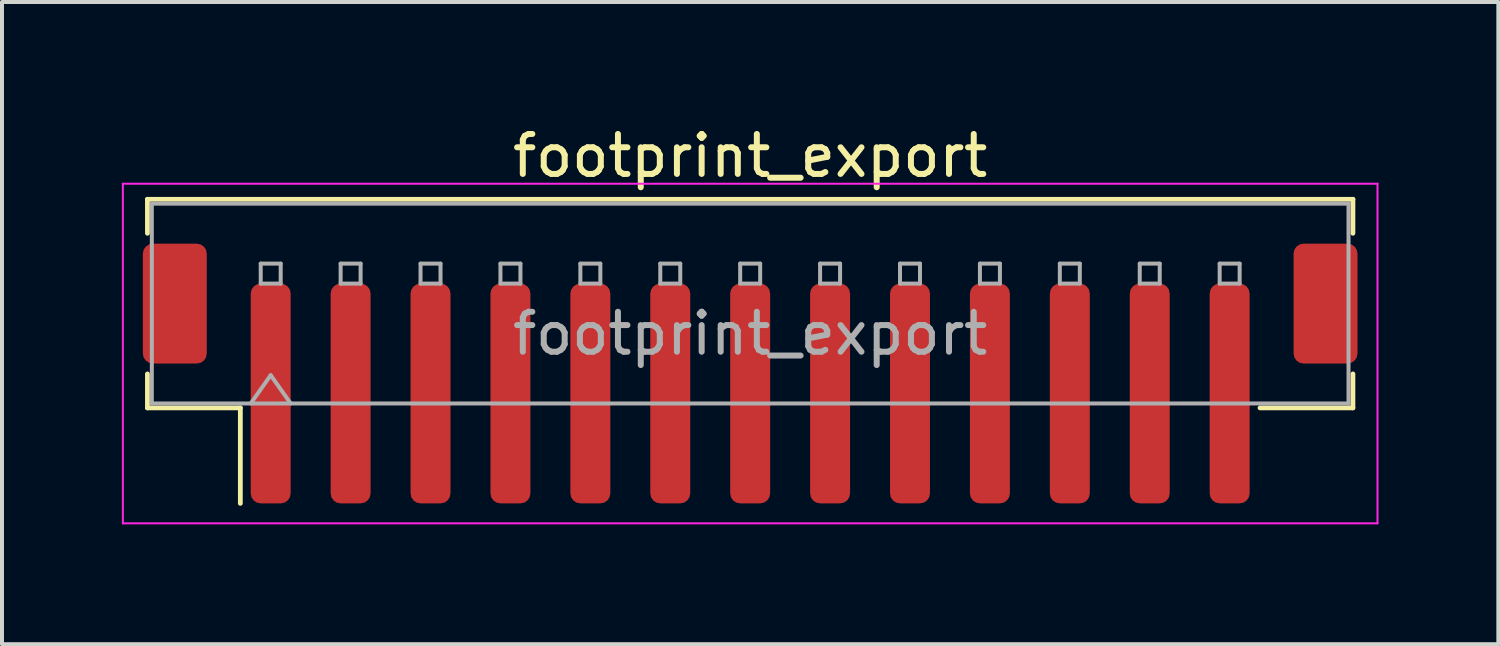
<source format=kicad_pcb>
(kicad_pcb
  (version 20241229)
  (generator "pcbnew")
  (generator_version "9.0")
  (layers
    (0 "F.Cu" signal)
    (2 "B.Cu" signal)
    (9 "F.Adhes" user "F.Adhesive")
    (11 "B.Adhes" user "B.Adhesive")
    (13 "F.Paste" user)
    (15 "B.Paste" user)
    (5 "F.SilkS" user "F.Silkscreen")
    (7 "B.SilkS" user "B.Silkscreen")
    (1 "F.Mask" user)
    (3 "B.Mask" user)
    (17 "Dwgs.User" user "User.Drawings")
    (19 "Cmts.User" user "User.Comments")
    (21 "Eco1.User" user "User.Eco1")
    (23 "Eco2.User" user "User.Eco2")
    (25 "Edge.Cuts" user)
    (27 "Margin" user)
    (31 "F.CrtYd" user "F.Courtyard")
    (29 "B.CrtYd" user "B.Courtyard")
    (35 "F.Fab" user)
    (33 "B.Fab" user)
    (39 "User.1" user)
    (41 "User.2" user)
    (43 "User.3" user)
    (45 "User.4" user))
  (footprint "footprint_export"
    (layer "F.Cu")
    (at 15.725 6.298)
    (property "Reference" "footprint_export" (at 0 -5.45 0) (layer "F.SilkS") (effects (font (size 1 1) (thickness 0.15))))
    (attr smd)
    (fp_line (start -15.085 -4.36) (end 15.085 -4.36) (stroke (width 0.12) (type solid)) (layer "F.SilkS"))
    (fp_line (start -15.085 -3.51) (end -15.085 -4.36) (stroke (width 0.12) (type solid)) (layer "F.SilkS"))
    (fp_line (start -15.085 0.01) (end -15.085 0.86) (stroke (width 0.12) (type solid)) (layer "F.SilkS"))
    (fp_line (start -15.085 0.86) (end -12.76 0.86) (stroke (width 0.12) (type solid)) (layer "F.SilkS"))
    (fp_line (start -12.76 0.86) (end -12.76 3.25) (stroke (width 0.12) (type solid)) (layer "F.SilkS"))
    (fp_line (start 15.085 -4.36) (end 15.085 -3.51) (stroke (width 0.12) (type solid)) (layer "F.SilkS"))
    (fp_line (start 15.085 0.01) (end 15.085 0.86) (stroke (width 0.12) (type solid)) (layer "F.SilkS"))
    (fp_line (start 15.085 0.86) (end 12.76 0.86) (stroke (width 0.12) (type solid)) (layer "F.SilkS"))
    (fp_line (start -15.7 -4.75) (end -15.7 3.75) (stroke (width 0.05) (type solid)) (layer "F.CrtYd"))
    (fp_line (start -15.7 3.75) (end 15.7 3.75) (stroke (width 0.05) (type solid)) (layer "F.CrtYd"))
    (fp_line (start 15.7 -4.75) (end -15.7 -4.75) (stroke (width 0.05) (type solid)) (layer "F.CrtYd"))
    (fp_line (start 15.7 3.75) (end 15.7 -4.75) (stroke (width 0.05) (type solid)) (layer "F.CrtYd"))
    (fp_line (start -14.975 -4.25) (end 14.975 -4.25) (stroke (width 0.1) (type solid)) (layer "F.Fab"))
    (fp_line (start -14.975 0.75) (end -14.975 -4.25) (stroke (width 0.1) (type solid)) (layer "F.Fab"))
    (fp_line (start -14.975 0.75) (end 14.975 0.75) (stroke (width 0.1) (type solid)) (layer "F.Fab"))
    (fp_line (start -12.5 0.75) (end -12 0.043) (stroke (width 0.1) (type solid)) (layer "F.Fab"))
    (fp_line (start -12.25 -2.75) (end -12.25 -2.25) (stroke (width 0.1) (type solid)) (layer "F.Fab"))
    (fp_line (start -12.25 -2.25) (end -11.75 -2.25) (stroke (width 0.1) (type solid)) (layer "F.Fab"))
    (fp_line (start -12 0.043) (end -11.5 0.75) (stroke (width 0.1) (type solid)) (layer "F.Fab"))
    (fp_line (start -11.75 -2.75) (end -12.25 -2.75) (stroke (width 0.1) (type solid)) (layer "F.Fab"))
    (fp_line (start -11.75 -2.25) (end -11.75 -2.75) (stroke (width 0.1) (type solid)) (layer "F.Fab"))
    (fp_line (start -10.25 -2.75) (end -10.25 -2.25) (stroke (width 0.1) (type solid)) (layer "F.Fab"))
    (fp_line (start -10.25 -2.25) (end -9.75 -2.25) (stroke (width 0.1) (type solid)) (layer "F.Fab"))
    (fp_line (start -9.75 -2.75) (end -10.25 -2.75) (stroke (width 0.1) (type solid)) (layer "F.Fab"))
    (fp_line (start -9.75 -2.25) (end -9.75 -2.75) (stroke (width 0.1) (type solid)) (layer "F.Fab"))
    (fp_line (start -8.25 -2.75) (end -8.25 -2.25) (stroke (width 0.1) (type solid)) (layer "F.Fab"))
    (fp_line (start -8.25 -2.25) (end -7.75 -2.25) (stroke (width 0.1) (type solid)) (layer "F.Fab"))
    (fp_line (start -7.75 -2.75) (end -8.25 -2.75) (stroke (width 0.1) (type solid)) (layer "F.Fab"))
    (fp_line (start -7.75 -2.25) (end -7.75 -2.75) (stroke (width 0.1) (type solid)) (layer "F.Fab"))
    (fp_line (start -6.25 -2.75) (end -6.25 -2.25) (stroke (width 0.1) (type solid)) (layer "F.Fab"))
    (fp_line (start -6.25 -2.25) (end -5.75 -2.25) (stroke (width 0.1) (type solid)) (layer "F.Fab"))
    (fp_line (start -5.75 -2.75) (end -6.25 -2.75) (stroke (width 0.1) (type solid)) (layer "F.Fab"))
    (fp_line (start -5.75 -2.25) (end -5.75 -2.75) (stroke (width 0.1) (type solid)) (layer "F.Fab"))
    (fp_line (start -4.25 -2.75) (end -4.25 -2.25) (stroke (width 0.1) (type solid)) (layer "F.Fab"))
    (fp_line (start -4.25 -2.25) (end -3.75 -2.25) (stroke (width 0.1) (type solid)) (layer "F.Fab"))
    (fp_line (start -3.75 -2.75) (end -4.25 -2.75) (stroke (width 0.1) (type solid)) (layer "F.Fab"))
    (fp_line (start -3.75 -2.25) (end -3.75 -2.75) (stroke (width 0.1) (type solid)) (layer "F.Fab"))
    (fp_line (start -2.25 -2.75) (end -2.25 -2.25) (stroke (width 0.1) (type solid)) (layer "F.Fab"))
    (fp_line (start -2.25 -2.25) (end -1.75 -2.25) (stroke (width 0.1) (type solid)) (layer "F.Fab"))
    (fp_line (start -1.75 -2.75) (end -2.25 -2.75) (stroke (width 0.1) (type solid)) (layer "F.Fab"))
    (fp_line (start -1.75 -2.25) (end -1.75 -2.75) (stroke (width 0.1) (type solid)) (layer "F.Fab"))
    (fp_line (start -0.25 -2.75) (end -0.25 -2.25) (stroke (width 0.1) (type solid)) (layer "F.Fab"))
    (fp_line (start -0.25 -2.25) (end 0.25 -2.25) (stroke (width 0.1) (type solid)) (layer "F.Fab"))
    (fp_line (start 0.25 -2.75) (end -0.25 -2.75) (stroke (width 0.1) (type solid)) (layer "F.Fab"))
    (fp_line (start 0.25 -2.25) (end 0.25 -2.75) (stroke (width 0.1) (type solid)) (layer "F.Fab"))
    (fp_line (start 1.75 -2.75) (end 1.75 -2.25) (stroke (width 0.1) (type solid)) (layer "F.Fab"))
    (fp_line (start 1.75 -2.25) (end 2.25 -2.25) (stroke (width 0.1) (type solid)) (layer "F.Fab"))
    (fp_line (start 2.25 -2.75) (end 1.75 -2.75) (stroke (width 0.1) (type solid)) (layer "F.Fab"))
    (fp_line (start 2.25 -2.25) (end 2.25 -2.75) (stroke (width 0.1) (type solid)) (layer "F.Fab"))
    (fp_line (start 3.75 -2.75) (end 3.75 -2.25) (stroke (width 0.1) (type solid)) (layer "F.Fab"))
    (fp_line (start 3.75 -2.25) (end 4.25 -2.25) (stroke (width 0.1) (type solid)) (layer "F.Fab"))
    (fp_line (start 4.25 -2.75) (end 3.75 -2.75) (stroke (width 0.1) (type solid)) (layer "F.Fab"))
    (fp_line (start 4.25 -2.25) (end 4.25 -2.75) (stroke (width 0.1) (type solid)) (layer "F.Fab"))
    (fp_line (start 5.75 -2.75) (end 5.75 -2.25) (stroke (width 0.1) (type solid)) (layer "F.Fab"))
    (fp_line (start 5.75 -2.25) (end 6.25 -2.25) (stroke (width 0.1) (type solid)) (layer "F.Fab"))
    (fp_line (start 6.25 -2.75) (end 5.75 -2.75) (stroke (width 0.1) (type solid)) (layer "F.Fab"))
    (fp_line (start 6.25 -2.25) (end 6.25 -2.75) (stroke (width 0.1) (type solid)) (layer "F.Fab"))
    (fp_line (start 7.75 -2.75) (end 7.75 -2.25) (stroke (width 0.1) (type solid)) (layer "F.Fab"))
    (fp_line (start 7.75 -2.25) (end 8.25 -2.25) (stroke (width 0.1) (type solid)) (layer "F.Fab"))
    (fp_line (start 8.25 -2.75) (end 7.75 -2.75) (stroke (width 0.1) (type solid)) (layer "F.Fab"))
    (fp_line (start 8.25 -2.25) (end 8.25 -2.75) (stroke (width 0.1) (type solid)) (layer "F.Fab"))
    (fp_line (start 9.75 -2.75) (end 9.75 -2.25) (stroke (width 0.1) (type solid)) (layer "F.Fab"))
    (fp_line (start 9.75 -2.25) (end 10.25 -2.25) (stroke (width 0.1) (type solid)) (layer "F.Fab"))
    (fp_line (start 10.25 -2.75) (end 9.75 -2.75) (stroke (width 0.1) (type solid)) (layer "F.Fab"))
    (fp_line (start 10.25 -2.25) (end 10.25 -2.75) (stroke (width 0.1) (type solid)) (layer "F.Fab"))
    (fp_line (start 11.75 -2.75) (end 11.75 -2.25) (stroke (width 0.1) (type solid)) (layer "F.Fab"))
    (fp_line (start 11.75 -2.25) (end 12.25 -2.25) (stroke (width 0.1) (type solid)) (layer "F.Fab"))
    (fp_line (start 12.25 -2.75) (end 11.75 -2.75) (stroke (width 0.1) (type solid)) (layer "F.Fab"))
    (fp_line (start 12.25 -2.25) (end 12.25 -2.75) (stroke (width 0.1) (type solid)) (layer "F.Fab"))
    (fp_line (start 14.975 0.75) (end 14.975 -4.25) (stroke (width 0.1) (type solid)) (layer "F.Fab"))
    (fp_text user "${REFERENCE}" (at 0 -1 0) (layer "F.Fab") (effects (font (size 1 1) (thickness 0.15))))
    (pad "1" smd roundrect (at -12 0.5) (size 1 5.5) (layers "F.Cu" "F.Mask" "F.Paste") (roundrect_rratio 0.25))
    (pad "2" smd roundrect (at -10 0.5) (size 1 5.5) (layers "F.Cu" "F.Mask" "F.Paste") (roundrect_rratio 0.25))
    (pad "3" smd roundrect (at -8 0.5) (size 1 5.5) (layers "F.Cu" "F.Mask" "F.Paste") (roundrect_rratio 0.25))
    (pad "4" smd roundrect (at -6 0.5) (size 1 5.5) (layers "F.Cu" "F.Mask" "F.Paste") (roundrect_rratio 0.25))
    (pad "5" smd roundrect (at -4 0.5) (size 1 5.5) (layers "F.Cu" "F.Mask" "F.Paste") (roundrect_rratio 0.25))
    (pad "6" smd roundrect (at -2 0.5) (size 1 5.5) (layers "F.Cu" "F.Mask" "F.Paste") (roundrect_rratio 0.25))
    (pad "7" smd roundrect (at 0 0.5) (size 1 5.5) (layers "F.Cu" "F.Mask" "F.Paste") (roundrect_rratio 0.25))
    (pad "8" smd roundrect (at 2 0.5) (size 1 5.5) (layers "F.Cu" "F.Mask" "F.Paste") (roundrect_rratio 0.25))
    (pad "9" smd roundrect (at 4 0.5) (size 1 5.5) (layers "F.Cu" "F.Mask" "F.Paste") (roundrect_rratio 0.25))
    (pad "10" smd roundrect (at 6 0.5) (size 1 5.5) (layers "F.Cu" "F.Mask" "F.Paste") (roundrect_rratio 0.25))
    (pad "11" smd roundrect (at 8 0.5) (size 1 5.5) (layers "F.Cu" "F.Mask" "F.Paste") (roundrect_rratio 0.25))
    (pad "12" smd roundrect (at 10 0.5) (size 1 5.5) (layers "F.Cu" "F.Mask" "F.Paste") (roundrect_rratio 0.25))
    (pad "13" smd roundrect (at 12 0.5) (size 1 5.5) (layers "F.Cu" "F.Mask" "F.Paste") (roundrect_rratio 0.25))
    (pad "MP" smd roundrect (at -14.4 -1.75) (size 1.6 3) (layers "F.Cu" "F.Mask" "F.Paste") (roundrect_rratio 0.156))
    (pad "MP" smd roundrect (at 14.4 -1.75) (size 1.6 3) (layers "F.Cu" "F.Mask" "F.Paste") (roundrect_rratio 0.156)))
  (gr_rect
    (start -3 -3)
    (end 34.45 13.073)
    (stroke (width 0.1) (type default))
    (fill no)
    (layer "Edge.Cuts")))
</source>
